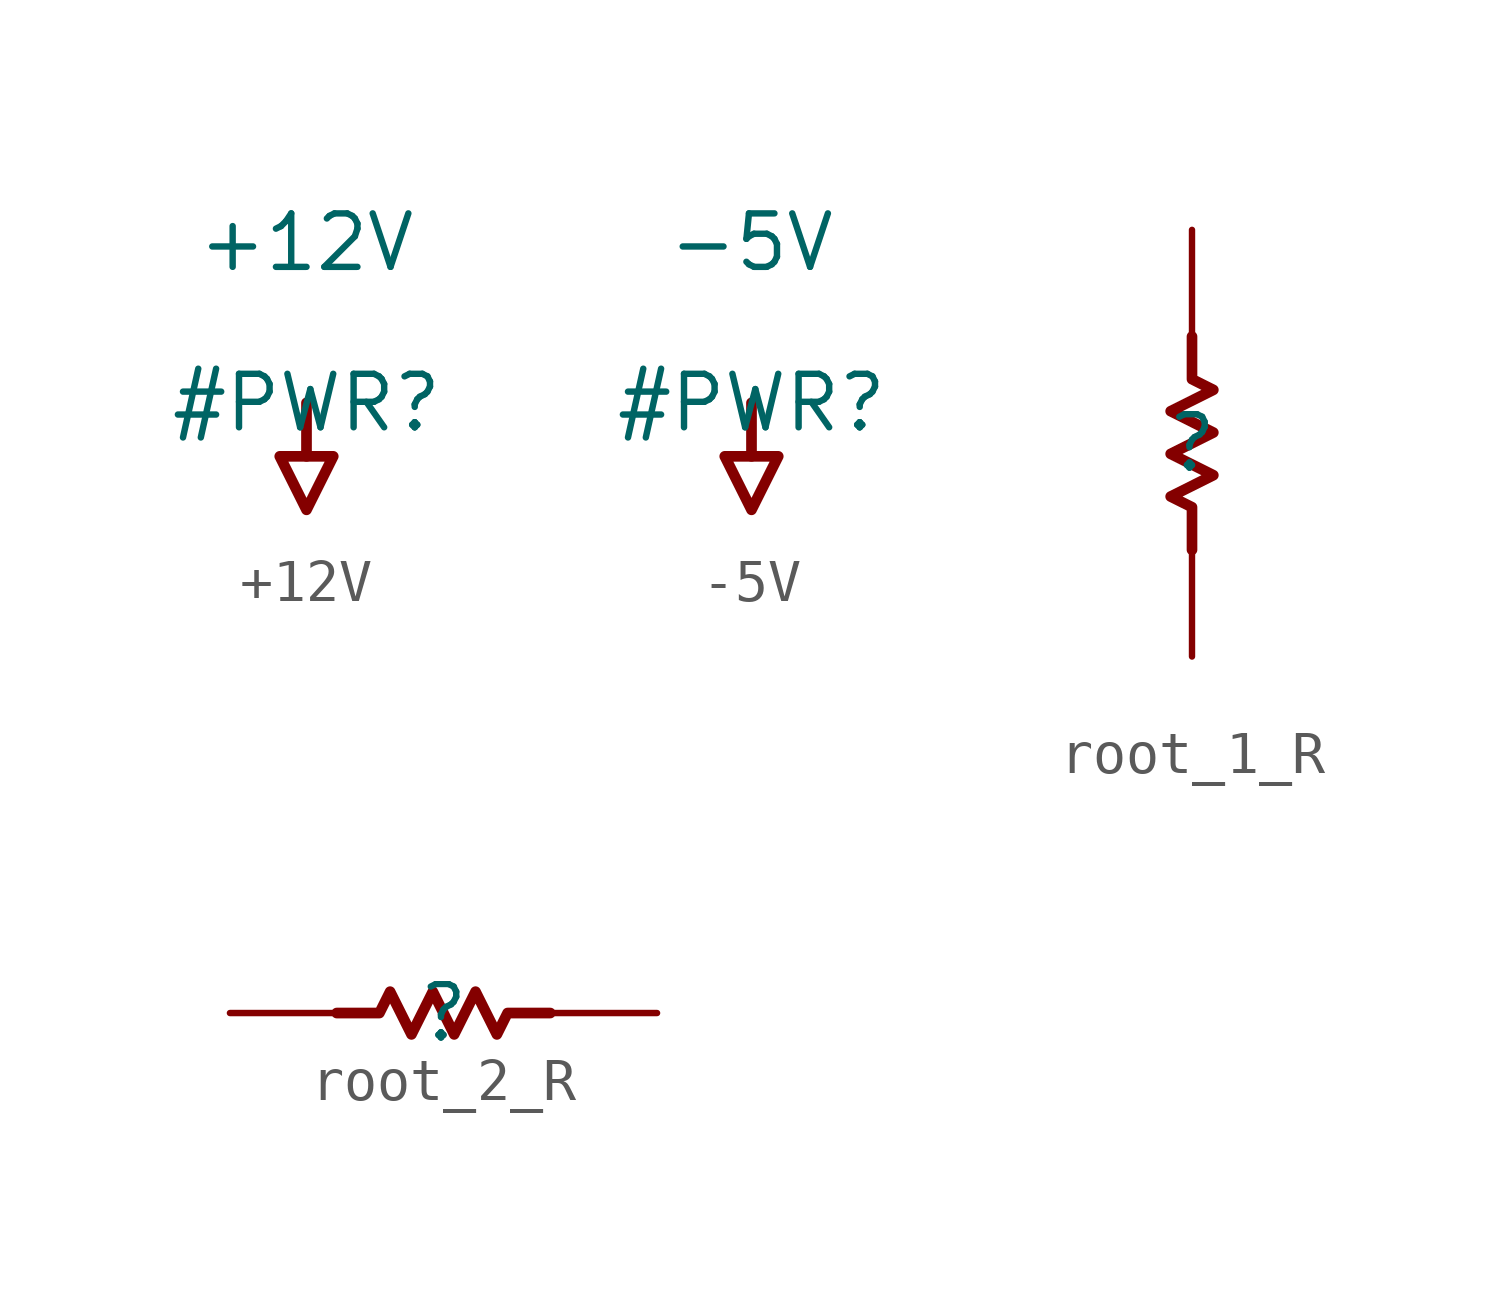
<source format=kicad_sym>
(kicad_symbol_lib
  (version 20231120)
  (generator "kicad_symbol_editor")
  (generator_version "7.99")
  (symbol "+12V"
    (power)
    (property "Reference" "#PWR"
      (at 0 0 0)
      (effects (font (size 1.27 1.27))))
    (property "Value" "+12V"
      (at 0 3.81 0)
      (effects (font (size 1.27 1.27))))
    (symbol "+12V_0_0"
      (polyline (pts (xy 0 0) (xy 0 -1.27)) (stroke (width 0.254) (type solid)) (fill (type none)))
      (polyline (pts (xy -0.635 -1.27) (xy 0.635 -1.27) (xy 0 -2.54) (xy -0.635 -1.27)) (stroke (width 0.254) (type solid)) (fill (type none)))
      (pin power_in line (at 0 0 0) (length 0) hide (name "+12V" (effects (font (size 1.27 1.27)))) (number "" (effects (font (size 1.27 1.27)))))))
  (symbol "-5V"
    (power)
    (property "Reference" "#PWR"
      (at 0 0 0)
      (effects (font (size 1.27 1.27))))
    (property "Value" "-5V"
      (at 0 3.81 0)
      (effects (font (size 1.27 1.27))))
    (symbol "-5V_0_0"
      (polyline (pts (xy 0 0) (xy 0 -1.27)) (stroke (width 0.254) (type solid)) (fill (type none)))
      (polyline (pts (xy -0.635 -1.27) (xy 0.635 -1.27) (xy 0 -2.54) (xy -0.635 -1.27)) (stroke (width 0.254) (type solid)) (fill (type none)))
      (pin power_in line (at 0 0 0) (length 0) hide (name "-5V" (effects (font (size 1.27 1.27)))) (number "" (effects (font (size 1.27 1.27)))))))
  (symbol "root_1_R"
    (property "Reference" ""
      (at 0 0 0)
      (effects (font (size 1.27 1.27))))
    (property "Value" ""
      (at 0 0 0)
      (effects (font (size 1.27 1.27))))
    (symbol "root_1_R_1_0"
      (polyline (pts (xy 0 -2.54) (xy 0 -1.524) (xy -0.508 -1.27) (xy 0.508 -0.762) (xy -0.508 -0.254) (xy 0.508 0.254) (xy -0.508 0.762) (xy 0.508 1.27) (xy 0 1.524) (xy 0 2.54)) (stroke (width 0.254) (type solid)) (fill (type none)))
      (pin passive line (at 0 -5.08 90) (length 2.54) (name "1" (effects (font (size 0 0)))) (number "1" (effects (font (size 0 0)))))
      (pin passive line (at 0 5.08 270) (length 2.54) (name "2" (effects (font (size 0 0)))) (number "2" (effects (font (size 0 0)))))))
  (symbol "root_2_R"
    (property "Reference" ""
      (at 0 0 0)
      (effects (font (size 1.27 1.27))))
    (property "Value" ""
      (at 0 0 0)
      (effects (font (size 1.27 1.27))))
    (symbol "root_2_R_1_0"
      (polyline (pts (xy 2.54 0) (xy 1.524 0) (xy 1.27 -0.508) (xy 0.762 0.508) (xy 0.254 -0.508) (xy -0.254 0.508) (xy -0.762 -0.508) (xy -1.27 0.508) (xy -1.524 0) (xy -2.54 0)) (stroke (width 0.254) (type solid)) (fill (type none)))
      (pin passive line (at 5.08 0 180) (length 2.54) (name "1" (effects (font (size 0 0)))) (number "1" (effects (font (size 0 0)))))
      (pin passive line (at -5.08 0 0) (length 2.54) (name "2" (effects (font (size 0 0)))) (number "2" (effects (font (size 0 0))))))))
</source>
